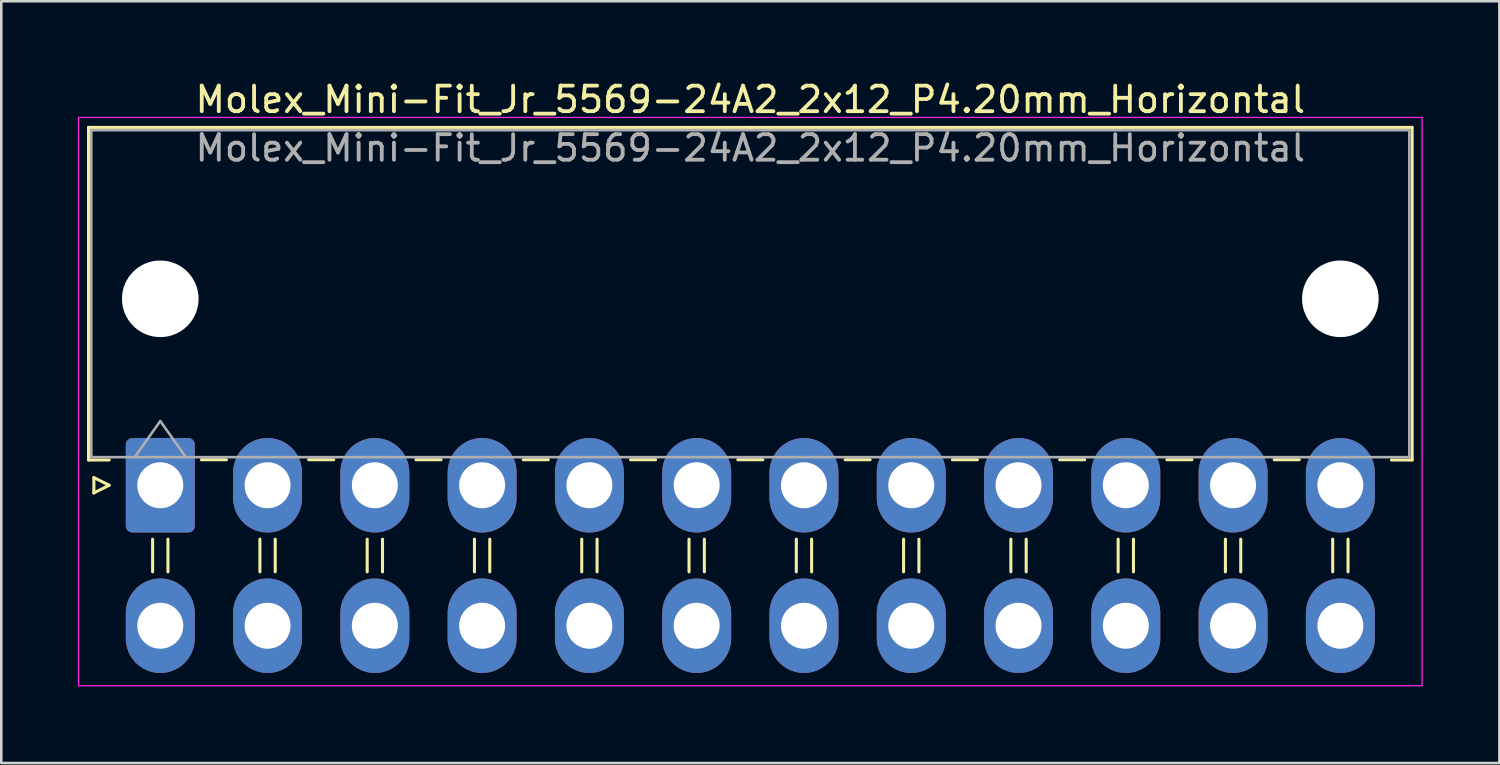
<source format=kicad_pcb>
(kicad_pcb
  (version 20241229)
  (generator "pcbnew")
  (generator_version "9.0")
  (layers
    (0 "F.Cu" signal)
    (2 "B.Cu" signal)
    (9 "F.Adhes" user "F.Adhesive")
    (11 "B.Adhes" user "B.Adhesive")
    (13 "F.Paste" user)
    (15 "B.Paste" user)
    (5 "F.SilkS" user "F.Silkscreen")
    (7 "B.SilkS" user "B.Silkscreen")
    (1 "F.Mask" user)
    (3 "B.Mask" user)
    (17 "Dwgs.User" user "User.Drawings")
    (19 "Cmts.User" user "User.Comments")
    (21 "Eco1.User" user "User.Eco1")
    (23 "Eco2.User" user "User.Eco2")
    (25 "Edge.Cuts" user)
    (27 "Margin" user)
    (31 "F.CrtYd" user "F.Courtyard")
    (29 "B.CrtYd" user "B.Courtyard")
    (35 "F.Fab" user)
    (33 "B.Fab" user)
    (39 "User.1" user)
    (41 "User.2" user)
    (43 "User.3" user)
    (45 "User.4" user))
  (footprint "Molex_Mini-Fit_Jr_5569-24A2_2x12_P4.20mm_Horizontal"
    (layer "F.Cu")
    (at 3.225 15.948)
    (property "Reference" "Molex_Mini-Fit_Jr_5569-24A2_2x12_P4.20mm_Horizontal" (at 23.1 -15.1 0) (layer "F.SilkS") (effects (font (size 1 1) (thickness 0.15))))
    (attr through_hole)
    (fp_line (start -2.81 -14.01) (end 23.1 -14.01) (stroke (width 0.12) (type solid)) (layer "F.SilkS"))
    (fp_line (start -2.81 -0.99) (end -2.81 -14.01) (stroke (width 0.12) (type solid)) (layer "F.SilkS"))
    (fp_line (start -2.6 -0.3) (end -2 0) (stroke (width 0.12) (type solid)) (layer "F.SilkS"))
    (fp_line (start -2.6 0.3) (end -2.6 -0.3) (stroke (width 0.12) (type solid)) (layer "F.SilkS"))
    (fp_line (start -2 -0.99) (end -2.81 -0.99) (stroke (width 0.12) (type solid)) (layer "F.SilkS"))
    (fp_line (start -2 0) (end -2.6 0.3) (stroke (width 0.12) (type solid)) (layer "F.SilkS"))
    (fp_line (start -0.3 2.11) (end -0.3 3.39) (stroke (width 0.12) (type solid)) (layer "F.SilkS"))
    (fp_line (start 0.3 2.11) (end 0.3 3.39) (stroke (width 0.12) (type solid)) (layer "F.SilkS"))
    (fp_line (start 1.61 -1) (end 2.59 -1) (stroke (width 0.12) (type solid)) (layer "F.SilkS"))
    (fp_line (start 3.9 2.11) (end 3.9 3.39) (stroke (width 0.12) (type solid)) (layer "F.SilkS"))
    (fp_line (start 4.5 2.11) (end 4.5 3.39) (stroke (width 0.12) (type solid)) (layer "F.SilkS"))
    (fp_line (start 5.81 -1) (end 6.79 -1) (stroke (width 0.12) (type solid)) (layer "F.SilkS"))
    (fp_line (start 8.1 2.11) (end 8.1 3.39) (stroke (width 0.12) (type solid)) (layer "F.SilkS"))
    (fp_line (start 8.7 2.11) (end 8.7 3.39) (stroke (width 0.12) (type solid)) (layer "F.SilkS"))
    (fp_line (start 10.01 -1) (end 10.99 -1) (stroke (width 0.12) (type solid)) (layer "F.SilkS"))
    (fp_line (start 12.3 2.11) (end 12.3 3.39) (stroke (width 0.12) (type solid)) (layer "F.SilkS"))
    (fp_line (start 12.9 2.11) (end 12.9 3.39) (stroke (width 0.12) (type solid)) (layer "F.SilkS"))
    (fp_line (start 14.21 -1) (end 15.19 -1) (stroke (width 0.12) (type solid)) (layer "F.SilkS"))
    (fp_line (start 16.5 2.11) (end 16.5 3.39) (stroke (width 0.12) (type solid)) (layer "F.SilkS"))
    (fp_line (start 17.1 2.11) (end 17.1 3.39) (stroke (width 0.12) (type solid)) (layer "F.SilkS"))
    (fp_line (start 18.41 -1) (end 19.39 -1) (stroke (width 0.12) (type solid)) (layer "F.SilkS"))
    (fp_line (start 20.7 2.11) (end 20.7 3.39) (stroke (width 0.12) (type solid)) (layer "F.SilkS"))
    (fp_line (start 21.3 2.11) (end 21.3 3.39) (stroke (width 0.12) (type solid)) (layer "F.SilkS"))
    (fp_line (start 22.61 -1) (end 23.59 -1) (stroke (width 0.12) (type solid)) (layer "F.SilkS"))
    (fp_line (start 24.9 2.11) (end 24.9 3.39) (stroke (width 0.12) (type solid)) (layer "F.SilkS"))
    (fp_line (start 25.5 2.11) (end 25.5 3.39) (stroke (width 0.12) (type solid)) (layer "F.SilkS"))
    (fp_line (start 26.81 -1) (end 27.79 -1) (stroke (width 0.12) (type solid)) (layer "F.SilkS"))
    (fp_line (start 29.1 2.11) (end 29.1 3.39) (stroke (width 0.12) (type solid)) (layer "F.SilkS"))
    (fp_line (start 29.7 2.11) (end 29.7 3.39) (stroke (width 0.12) (type solid)) (layer "F.SilkS"))
    (fp_line (start 31.01 -1) (end 31.99 -1) (stroke (width 0.12) (type solid)) (layer "F.SilkS"))
    (fp_line (start 33.3 2.11) (end 33.3 3.39) (stroke (width 0.12) (type solid)) (layer "F.SilkS"))
    (fp_line (start 33.9 2.11) (end 33.9 3.39) (stroke (width 0.12) (type solid)) (layer "F.SilkS"))
    (fp_line (start 35.21 -1) (end 36.19 -1) (stroke (width 0.12) (type solid)) (layer "F.SilkS"))
    (fp_line (start 37.5 2.11) (end 37.5 3.39) (stroke (width 0.12) (type solid)) (layer "F.SilkS"))
    (fp_line (start 38.1 2.11) (end 38.1 3.39) (stroke (width 0.12) (type solid)) (layer "F.SilkS"))
    (fp_line (start 39.41 -1) (end 40.39 -1) (stroke (width 0.12) (type solid)) (layer "F.SilkS"))
    (fp_line (start 41.7 2.11) (end 41.7 3.39) (stroke (width 0.12) (type solid)) (layer "F.SilkS"))
    (fp_line (start 42.3 2.11) (end 42.3 3.39) (stroke (width 0.12) (type solid)) (layer "F.SilkS"))
    (fp_line (start 43.61 -1) (end 44.59 -1) (stroke (width 0.12) (type solid)) (layer "F.SilkS"))
    (fp_line (start 45.9 2.11) (end 45.9 3.39) (stroke (width 0.12) (type solid)) (layer "F.SilkS"))
    (fp_line (start 46.5 2.11) (end 46.5 3.39) (stroke (width 0.12) (type solid)) (layer "F.SilkS"))
    (fp_line (start 48.2 -0.99) (end 49.01 -0.99) (stroke (width 0.12) (type solid)) (layer "F.SilkS"))
    (fp_line (start 49.01 -14.01) (end 23.1 -14.01) (stroke (width 0.12) (type solid)) (layer "F.SilkS"))
    (fp_line (start 49.01 -0.99) (end 49.01 -14.01) (stroke (width 0.12) (type solid)) (layer "F.SilkS"))
    (fp_line (start -3.2 -14.4) (end -3.2 7.85) (stroke (width 0.05) (type solid)) (layer "F.CrtYd"))
    (fp_line (start -3.2 7.85) (end 49.4 7.85) (stroke (width 0.05) (type solid)) (layer "F.CrtYd"))
    (fp_line (start 49.4 -14.4) (end -3.2 -14.4) (stroke (width 0.05) (type solid)) (layer "F.CrtYd"))
    (fp_line (start 49.4 7.85) (end 49.4 -14.4) (stroke (width 0.05) (type solid)) (layer "F.CrtYd"))
    (fp_line (start -2.7 -13.9) (end -2.7 -1.1) (stroke (width 0.1) (type solid)) (layer "F.Fab"))
    (fp_line (start -2.7 -1.1) (end 48.9 -1.1) (stroke (width 0.1) (type solid)) (layer "F.Fab"))
    (fp_line (start -1 -1.1) (end 0 -2.514) (stroke (width 0.1) (type solid)) (layer "F.Fab"))
    (fp_line (start 0 -2.514) (end 1 -1.1) (stroke (width 0.1) (type solid)) (layer "F.Fab"))
    (fp_line (start 48.9 -13.9) (end -2.7 -13.9) (stroke (width 0.1) (type solid)) (layer "F.Fab"))
    (fp_line (start 48.9 -1.1) (end 48.9 -13.9) (stroke (width 0.1) (type solid)) (layer "F.Fab"))
    (fp_text user "${REFERENCE}" (at 23.1 -13.2 0) (layer "F.Fab") (effects (font (size 1 1) (thickness 0.15))))
    (pad "" np_thru_hole circle (at 0 -7.3) (size 3 3) (drill 3) (layers "*.Cu" "*.Mask"))
    (pad "" np_thru_hole circle (at 46.2 -7.3) (size 3 3) (drill 3) (layers "*.Cu" "*.Mask"))
    (pad "1" thru_hole roundrect (at 0 0) (size 2.7 3.7) (drill 1.8) (layers "*.Cu" "*.Mask") (roundrect_rratio 0.093))
    (pad "2" thru_hole oval (at 4.2 0) (size 2.7 3.7) (drill 1.8) (layers "*.Cu" "*.Mask"))
    (pad "3" thru_hole oval (at 8.4 0) (size 2.7 3.7) (drill 1.8) (layers "*.Cu" "*.Mask"))
    (pad "4" thru_hole oval (at 12.6 0) (size 2.7 3.7) (drill 1.8) (layers "*.Cu" "*.Mask"))
    (pad "5" thru_hole oval (at 16.8 0) (size 2.7 3.7) (drill 1.8) (layers "*.Cu" "*.Mask"))
    (pad "6" thru_hole oval (at 21 0) (size 2.7 3.7) (drill 1.8) (layers "*.Cu" "*.Mask"))
    (pad "7" thru_hole oval (at 25.2 0) (size 2.7 3.7) (drill 1.8) (layers "*.Cu" "*.Mask"))
    (pad "8" thru_hole oval (at 29.4 0) (size 2.7 3.7) (drill 1.8) (layers "*.Cu" "*.Mask"))
    (pad "9" thru_hole oval (at 33.6 0) (size 2.7 3.7) (drill 1.8) (layers "*.Cu" "*.Mask"))
    (pad "10" thru_hole oval (at 37.8 0) (size 2.7 3.7) (drill 1.8) (layers "*.Cu" "*.Mask"))
    (pad "11" thru_hole oval (at 42 0) (size 2.7 3.7) (drill 1.8) (layers "*.Cu" "*.Mask"))
    (pad "12" thru_hole oval (at 46.2 0) (size 2.7 3.7) (drill 1.8) (layers "*.Cu" "*.Mask"))
    (pad "13" thru_hole oval (at 0 5.5) (size 2.7 3.7) (drill 1.8) (layers "*.Cu" "*.Mask"))
    (pad "14" thru_hole oval (at 4.2 5.5) (size 2.7 3.7) (drill 1.8) (layers "*.Cu" "*.Mask"))
    (pad "15" thru_hole oval (at 8.4 5.5) (size 2.7 3.7) (drill 1.8) (layers "*.Cu" "*.Mask"))
    (pad "16" thru_hole oval (at 12.6 5.5) (size 2.7 3.7) (drill 1.8) (layers "*.Cu" "*.Mask"))
    (pad "17" thru_hole oval (at 16.8 5.5) (size 2.7 3.7) (drill 1.8) (layers "*.Cu" "*.Mask"))
    (pad "18" thru_hole oval (at 21 5.5) (size 2.7 3.7) (drill 1.8) (layers "*.Cu" "*.Mask"))
    (pad "19" thru_hole oval (at 25.2 5.5) (size 2.7 3.7) (drill 1.8) (layers "*.Cu" "*.Mask"))
    (pad "20" thru_hole oval (at 29.4 5.5) (size 2.7 3.7) (drill 1.8) (layers "*.Cu" "*.Mask"))
    (pad "21" thru_hole oval (at 33.6 5.5) (size 2.7 3.7) (drill 1.8) (layers "*.Cu" "*.Mask"))
    (pad "22" thru_hole oval (at 37.8 5.5) (size 2.7 3.7) (drill 1.8) (layers "*.Cu" "*.Mask"))
    (pad "23" thru_hole oval (at 42 5.5) (size 2.7 3.7) (drill 1.8) (layers "*.Cu" "*.Mask"))
    (pad "24" thru_hole oval (at 46.2 5.5) (size 2.7 3.7) (drill 1.8) (layers "*.Cu" "*.Mask")))
  (gr_rect
    (start -3 -3)
    (end 55.65 26.823)
    (stroke (width 0.1) (type default))
    (fill no)
    (layer "Edge.Cuts")))
</source>
